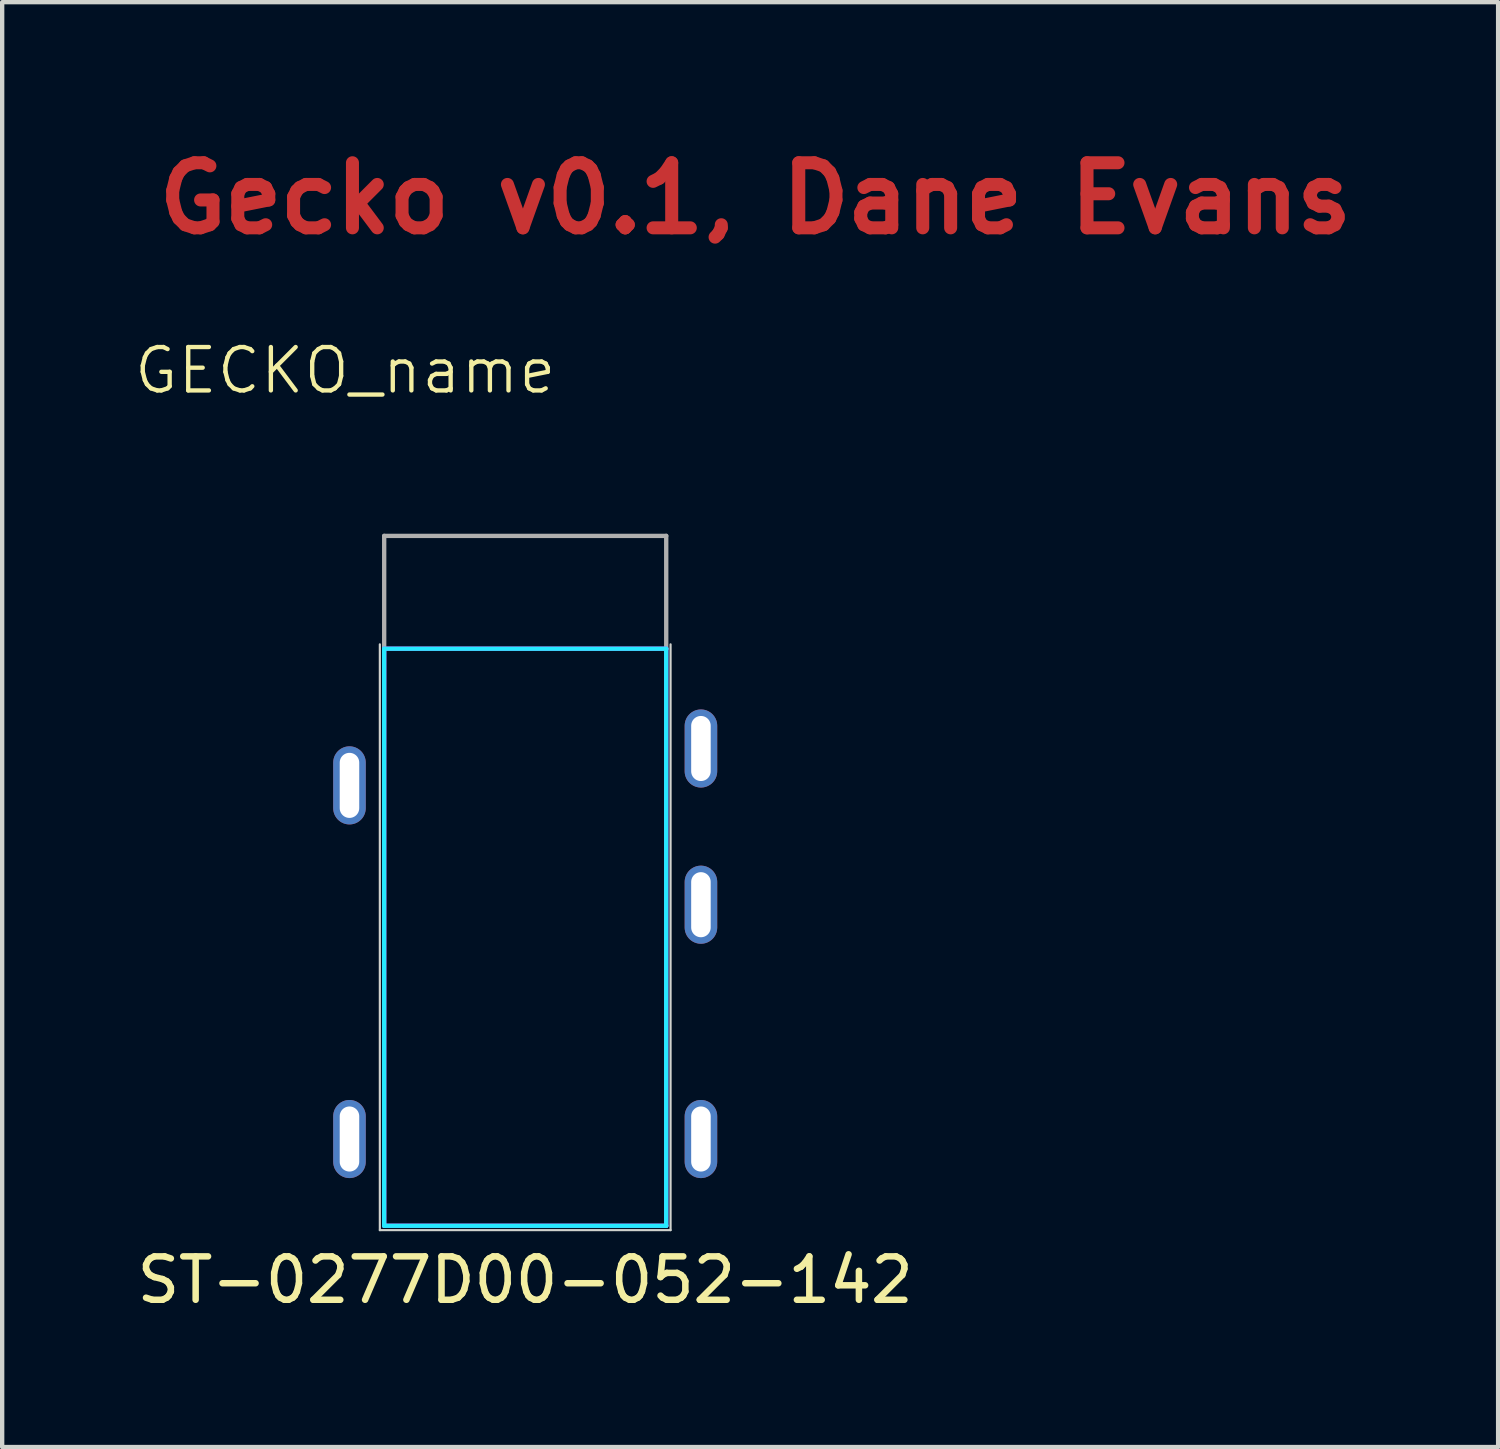
<source format=kicad_pcb>
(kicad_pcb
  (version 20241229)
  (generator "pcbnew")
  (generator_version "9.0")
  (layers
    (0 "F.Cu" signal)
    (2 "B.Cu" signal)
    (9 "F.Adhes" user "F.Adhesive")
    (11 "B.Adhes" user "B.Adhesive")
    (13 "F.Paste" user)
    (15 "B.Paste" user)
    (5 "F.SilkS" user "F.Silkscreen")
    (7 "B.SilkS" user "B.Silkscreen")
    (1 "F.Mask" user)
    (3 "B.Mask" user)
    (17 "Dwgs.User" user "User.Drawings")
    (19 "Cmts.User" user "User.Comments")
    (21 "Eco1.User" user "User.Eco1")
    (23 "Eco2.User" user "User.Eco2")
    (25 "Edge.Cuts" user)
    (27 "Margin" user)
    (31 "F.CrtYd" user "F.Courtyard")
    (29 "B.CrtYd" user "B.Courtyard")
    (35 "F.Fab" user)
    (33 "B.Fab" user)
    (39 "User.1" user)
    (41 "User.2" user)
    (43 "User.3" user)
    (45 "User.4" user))
  (footprint "GECKO_name"
    (layer "F.Cu")
    (at 13.377 1.75)
    (property "Reference" "GECKO_name" (at -8.47 3.74 0) (unlocked yes) (layer "F.SilkS") (effects (font (size 1 1) (thickness 0.1))))
    (attr smd)
    (fp_text user "Gecko v0.1, Dane Evans" (at -12.93 0.65 0) (unlocked yes) (layer "F.Cu") (effects (font (size 1.5 1.5) (thickness 0.3) (bold yes)) (justify left bottom))))
  (footprint "ST-0277D00-052-142"
    (layer "F.Cu")
    (at 9.054 11.8)
    (property "Reference" "ST-0277D00-052-142" (at 0 14.65 0) (layer "F.SilkS") (effects (font (size 1 1) (thickness 0.15))))
    (attr through_hole)
    (fp_line (start -3.35 0) (end -3.35 13.5) (stroke (width 0.05) (type default)) (layer "Edge.Cuts"))
    (fp_line (start -3.35 13.5) (end 3.35 13.5) (stroke (width 0.05) (type default)) (layer "Edge.Cuts"))
    (fp_line (start 3.35 13.5) (end 3.35 0) (stroke (width 0.05) (type default)) (layer "Edge.Cuts"))
    (fp_line (start -3.25 0.1) (end -3.25 13.4) (stroke (width 0.1) (type solid)) (layer "B.CrtYd"))
    (fp_line (start -3.25 0.1) (end 3.25 0.1) (stroke (width 0.1) (type solid)) (layer "B.CrtYd"))
    (fp_line (start -3.25 13.4) (end 3.25 13.4) (stroke (width 0.1) (type solid)) (layer "B.CrtYd"))
    (fp_line (start 3.25 0.1) (end 3.25 13.4) (stroke (width 0.1) (type solid)) (layer "B.CrtYd"))
    (fp_line (start -3.25 0.1) (end -3.25 13.4) (stroke (width 0.1) (type solid)) (layer "F.CrtYd"))
    (fp_line (start -3.25 0.1) (end 3.25 0.1) (stroke (width 0.1) (type solid)) (layer "F.CrtYd"))
    (fp_line (start -3.25 13.4) (end 3.25 13.4) (stroke (width 0.1) (type solid)) (layer "F.CrtYd"))
    (fp_line (start 3.25 0.1) (end 3.25 13.4) (stroke (width 0.1) (type solid)) (layer "F.CrtYd"))
    (fp_line (start -3.25 -2.5) (end 3.25 -2.5) (stroke (width 0.1) (type default)) (layer "F.Fab"))
    (fp_line (start -3.25 0.11) (end -3.25 -2.5) (stroke (width 0.1) (type default)) (layer "F.Fab"))
    (fp_line (start 3.25 0.11) (end 3.25 -2.5) (stroke (width 0.1) (type default)) (layer "F.Fab"))
    (fp_rect (start -3.35 0) (end 3.35 13.5) (stroke (width 0.1) (type default)) (fill no) (layer "User.2"))
    (pad "R1" thru_hole oval (at 4.05 6) (size 0.75 1.8) (drill oval 0.45 1.5) (layers "*.Cu" "*.Mask"))
    (pad "R2" thru_hole oval (at -4.05 3.25) (size 0.75 1.8) (drill oval 0.45 1.5) (layers "*.Cu" "*.Mask"))
    (pad "S" thru_hole oval (at 4.05 2.4) (size 0.75 1.8) (drill oval 0.45 1.5) (layers "*.Cu" "*.Mask"))
    (pad "T" thru_hole oval (at -4.05 11.4) (size 0.75 1.8) (drill oval 0.45 1.5) (layers "*.Cu" "*.Mask"))
    (pad "T" thru_hole oval (at 4.05 11.4) (size 0.75 1.8) (drill oval 0.45 1.5) (layers "*.Cu" "*.Mask")))
  (gr_rect
    (start -3 -3)
    (end 31.476 30.299)
    (stroke (width 0.1) (type default))
    (fill no)
    (layer "Edge.Cuts")))
</source>
